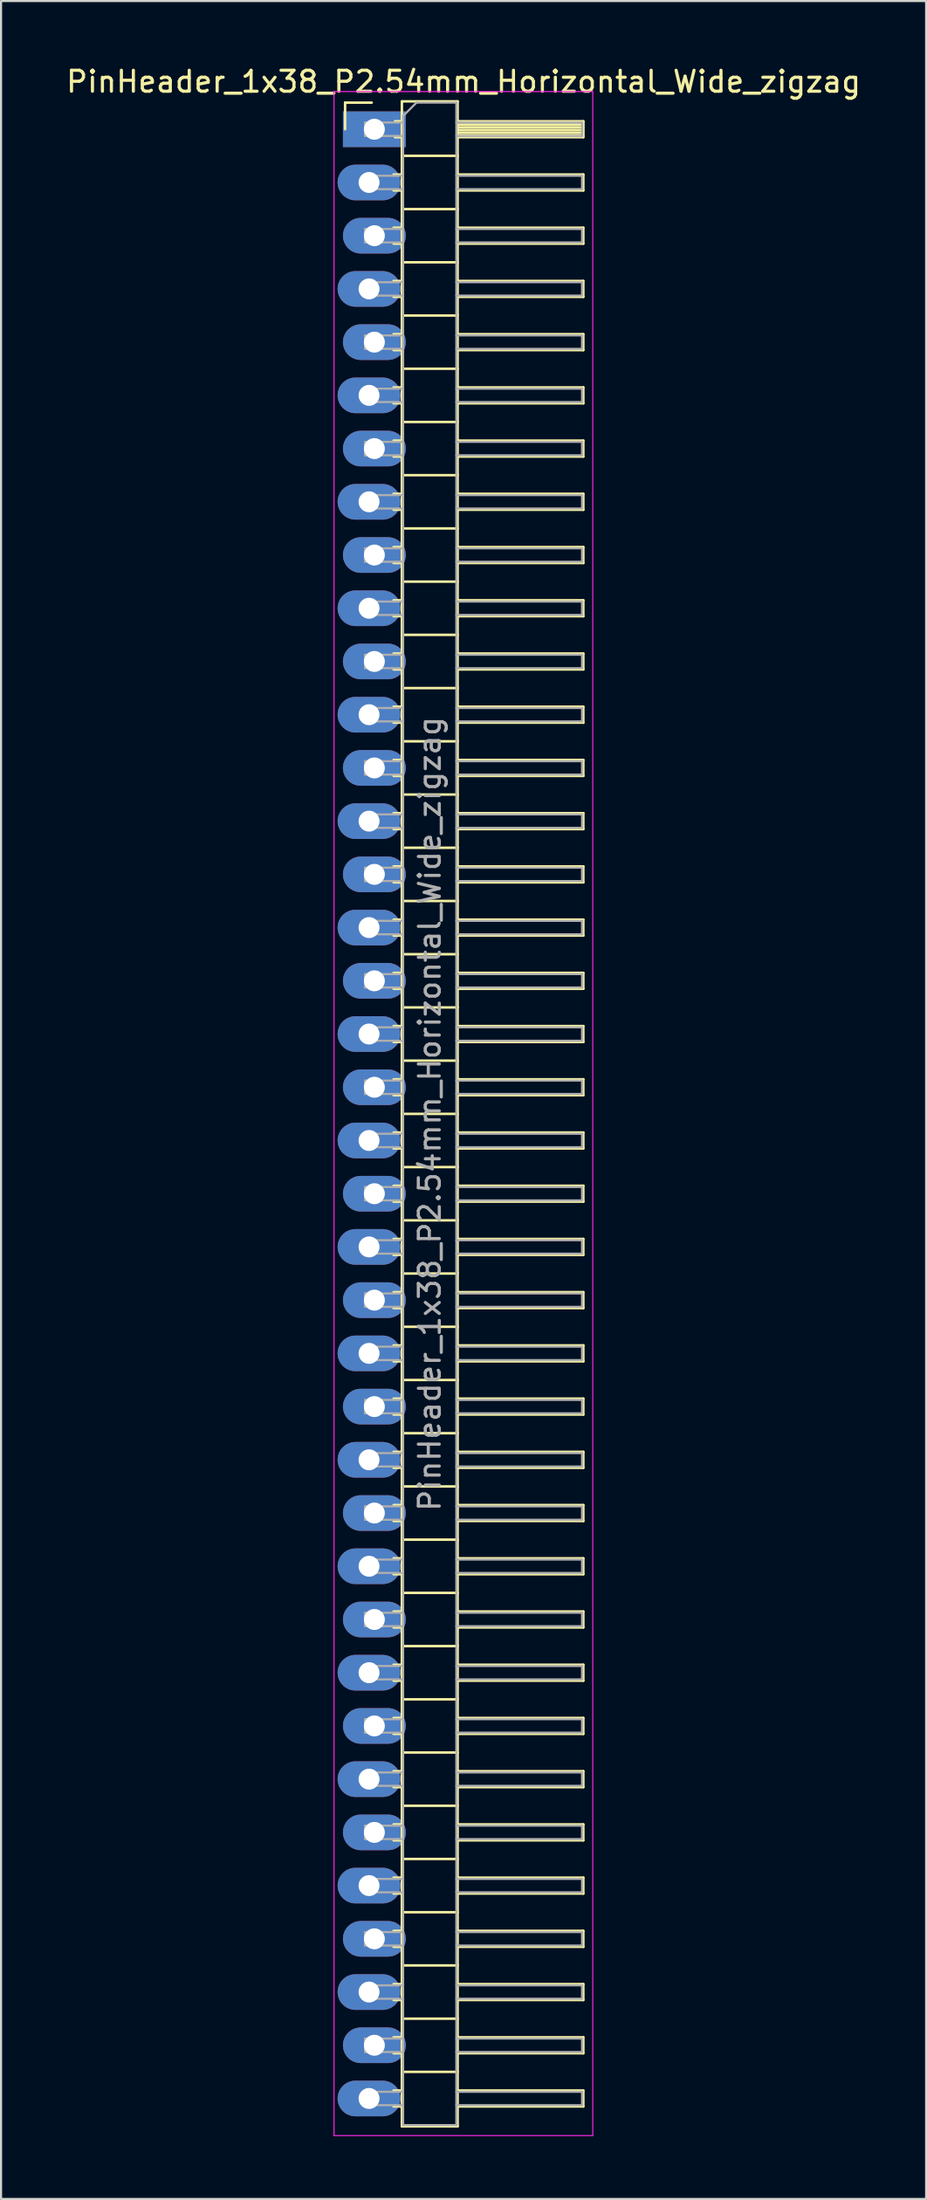
<source format=kicad_pcb>
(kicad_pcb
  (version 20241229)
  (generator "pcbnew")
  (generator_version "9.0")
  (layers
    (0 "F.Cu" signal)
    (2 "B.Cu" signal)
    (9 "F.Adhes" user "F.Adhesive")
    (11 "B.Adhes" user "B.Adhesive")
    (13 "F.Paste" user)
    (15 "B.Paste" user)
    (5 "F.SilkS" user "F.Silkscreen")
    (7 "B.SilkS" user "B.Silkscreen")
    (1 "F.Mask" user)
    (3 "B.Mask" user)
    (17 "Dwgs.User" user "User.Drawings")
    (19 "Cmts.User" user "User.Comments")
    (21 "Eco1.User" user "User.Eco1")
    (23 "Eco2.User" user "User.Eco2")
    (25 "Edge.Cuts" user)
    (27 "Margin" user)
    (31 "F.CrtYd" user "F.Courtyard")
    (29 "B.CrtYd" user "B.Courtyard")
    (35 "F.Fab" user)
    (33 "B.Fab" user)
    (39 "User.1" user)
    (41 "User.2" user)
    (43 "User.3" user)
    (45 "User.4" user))
  (footprint "PinHeader_1x38_P2.54mm_Horizontal_Wide_zigzag"
    (layer "F.Cu")
    (at 14.692 3.118)
    (property "Reference" "PinHeader_1x38_P2.54mm_Horizontal_Wide_zigzag" (at 4.385 -2.27 0) (layer "F.SilkS") (effects (font (size 1 1) (thickness 0.15))))
    (attr through_hole)
    (fp_line (start -1.27 -1.27) (end 0 -1.27) (stroke (width 0.12) (type solid)) (layer "F.SilkS"))
    (fp_line (start -1.27 0) (end -1.27 -1.27) (stroke (width 0.12) (type solid)) (layer "F.SilkS"))
    (fp_line (start 1.043 2.16) (end 1.44 2.16) (stroke (width 0.12) (type solid)) (layer "F.SilkS"))
    (fp_line (start 1.043 2.92) (end 1.44 2.92) (stroke (width 0.12) (type solid)) (layer "F.SilkS"))
    (fp_line (start 1.043 4.7) (end 1.44 4.7) (stroke (width 0.12) (type solid)) (layer "F.SilkS"))
    (fp_line (start 1.043 5.46) (end 1.44 5.46) (stroke (width 0.12) (type solid)) (layer "F.SilkS"))
    (fp_line (start 1.043 7.24) (end 1.44 7.24) (stroke (width 0.12) (type solid)) (layer "F.SilkS"))
    (fp_line (start 1.043 8) (end 1.44 8) (stroke (width 0.12) (type solid)) (layer "F.SilkS"))
    (fp_line (start 1.043 9.78) (end 1.44 9.78) (stroke (width 0.12) (type solid)) (layer "F.SilkS"))
    (fp_line (start 1.043 10.54) (end 1.44 10.54) (stroke (width 0.12) (type solid)) (layer "F.SilkS"))
    (fp_line (start 1.043 12.32) (end 1.44 12.32) (stroke (width 0.12) (type solid)) (layer "F.SilkS"))
    (fp_line (start 1.043 13.08) (end 1.44 13.08) (stroke (width 0.12) (type solid)) (layer "F.SilkS"))
    (fp_line (start 1.043 14.86) (end 1.44 14.86) (stroke (width 0.12) (type solid)) (layer "F.SilkS"))
    (fp_line (start 1.043 15.62) (end 1.44 15.62) (stroke (width 0.12) (type solid)) (layer "F.SilkS"))
    (fp_line (start 1.043 17.4) (end 1.44 17.4) (stroke (width 0.12) (type solid)) (layer "F.SilkS"))
    (fp_line (start 1.043 18.16) (end 1.44 18.16) (stroke (width 0.12) (type solid)) (layer "F.SilkS"))
    (fp_line (start 1.043 19.94) (end 1.44 19.94) (stroke (width 0.12) (type solid)) (layer "F.SilkS"))
    (fp_line (start 1.043 20.7) (end 1.44 20.7) (stroke (width 0.12) (type solid)) (layer "F.SilkS"))
    (fp_line (start 1.043 22.48) (end 1.44 22.48) (stroke (width 0.12) (type solid)) (layer "F.SilkS"))
    (fp_line (start 1.043 23.24) (end 1.44 23.24) (stroke (width 0.12) (type solid)) (layer "F.SilkS"))
    (fp_line (start 1.043 25.02) (end 1.44 25.02) (stroke (width 0.12) (type solid)) (layer "F.SilkS"))
    (fp_line (start 1.043 25.78) (end 1.44 25.78) (stroke (width 0.12) (type solid)) (layer "F.SilkS"))
    (fp_line (start 1.043 27.56) (end 1.44 27.56) (stroke (width 0.12) (type solid)) (layer "F.SilkS"))
    (fp_line (start 1.043 28.32) (end 1.44 28.32) (stroke (width 0.12) (type solid)) (layer "F.SilkS"))
    (fp_line (start 1.043 30.1) (end 1.44 30.1) (stroke (width 0.12) (type solid)) (layer "F.SilkS"))
    (fp_line (start 1.043 30.86) (end 1.44 30.86) (stroke (width 0.12) (type solid)) (layer "F.SilkS"))
    (fp_line (start 1.043 32.64) (end 1.44 32.64) (stroke (width 0.12) (type solid)) (layer "F.SilkS"))
    (fp_line (start 1.043 33.4) (end 1.44 33.4) (stroke (width 0.12) (type solid)) (layer "F.SilkS"))
    (fp_line (start 1.043 35.18) (end 1.44 35.18) (stroke (width 0.12) (type solid)) (layer "F.SilkS"))
    (fp_line (start 1.043 35.94) (end 1.44 35.94) (stroke (width 0.12) (type solid)) (layer "F.SilkS"))
    (fp_line (start 1.043 37.72) (end 1.44 37.72) (stroke (width 0.12) (type solid)) (layer "F.SilkS"))
    (fp_line (start 1.043 38.48) (end 1.44 38.48) (stroke (width 0.12) (type solid)) (layer "F.SilkS"))
    (fp_line (start 1.043 40.26) (end 1.44 40.26) (stroke (width 0.12) (type solid)) (layer "F.SilkS"))
    (fp_line (start 1.043 41.02) (end 1.44 41.02) (stroke (width 0.12) (type solid)) (layer "F.SilkS"))
    (fp_line (start 1.043 42.8) (end 1.44 42.8) (stroke (width 0.12) (type solid)) (layer "F.SilkS"))
    (fp_line (start 1.043 43.56) (end 1.44 43.56) (stroke (width 0.12) (type solid)) (layer "F.SilkS"))
    (fp_line (start 1.043 45.34) (end 1.44 45.34) (stroke (width 0.12) (type solid)) (layer "F.SilkS"))
    (fp_line (start 1.043 46.1) (end 1.44 46.1) (stroke (width 0.12) (type solid)) (layer "F.SilkS"))
    (fp_line (start 1.043 47.88) (end 1.44 47.88) (stroke (width 0.12) (type solid)) (layer "F.SilkS"))
    (fp_line (start 1.043 48.64) (end 1.44 48.64) (stroke (width 0.12) (type solid)) (layer "F.SilkS"))
    (fp_line (start 1.043 50.42) (end 1.44 50.42) (stroke (width 0.12) (type solid)) (layer "F.SilkS"))
    (fp_line (start 1.043 51.18) (end 1.44 51.18) (stroke (width 0.12) (type solid)) (layer "F.SilkS"))
    (fp_line (start 1.043 52.96) (end 1.44 52.96) (stroke (width 0.12) (type solid)) (layer "F.SilkS"))
    (fp_line (start 1.043 53.72) (end 1.44 53.72) (stroke (width 0.12) (type solid)) (layer "F.SilkS"))
    (fp_line (start 1.043 55.5) (end 1.44 55.5) (stroke (width 0.12) (type solid)) (layer "F.SilkS"))
    (fp_line (start 1.043 56.26) (end 1.44 56.26) (stroke (width 0.12) (type solid)) (layer "F.SilkS"))
    (fp_line (start 1.043 58.04) (end 1.44 58.04) (stroke (width 0.12) (type solid)) (layer "F.SilkS"))
    (fp_line (start 1.043 58.8) (end 1.44 58.8) (stroke (width 0.12) (type solid)) (layer "F.SilkS"))
    (fp_line (start 1.043 60.58) (end 1.44 60.58) (stroke (width 0.12) (type solid)) (layer "F.SilkS"))
    (fp_line (start 1.043 61.34) (end 1.44 61.34) (stroke (width 0.12) (type solid)) (layer "F.SilkS"))
    (fp_line (start 1.043 63.12) (end 1.44 63.12) (stroke (width 0.12) (type solid)) (layer "F.SilkS"))
    (fp_line (start 1.043 63.88) (end 1.44 63.88) (stroke (width 0.12) (type solid)) (layer "F.SilkS"))
    (fp_line (start 1.043 65.66) (end 1.44 65.66) (stroke (width 0.12) (type solid)) (layer "F.SilkS"))
    (fp_line (start 1.043 66.42) (end 1.44 66.42) (stroke (width 0.12) (type solid)) (layer "F.SilkS"))
    (fp_line (start 1.043 68.2) (end 1.44 68.2) (stroke (width 0.12) (type solid)) (layer "F.SilkS"))
    (fp_line (start 1.043 68.96) (end 1.44 68.96) (stroke (width 0.12) (type solid)) (layer "F.SilkS"))
    (fp_line (start 1.043 70.74) (end 1.44 70.74) (stroke (width 0.12) (type solid)) (layer "F.SilkS"))
    (fp_line (start 1.043 71.5) (end 1.44 71.5) (stroke (width 0.12) (type solid)) (layer "F.SilkS"))
    (fp_line (start 1.043 73.28) (end 1.44 73.28) (stroke (width 0.12) (type solid)) (layer "F.SilkS"))
    (fp_line (start 1.043 74.04) (end 1.44 74.04) (stroke (width 0.12) (type solid)) (layer "F.SilkS"))
    (fp_line (start 1.043 75.82) (end 1.44 75.82) (stroke (width 0.12) (type solid)) (layer "F.SilkS"))
    (fp_line (start 1.043 76.58) (end 1.44 76.58) (stroke (width 0.12) (type solid)) (layer "F.SilkS"))
    (fp_line (start 1.043 78.36) (end 1.44 78.36) (stroke (width 0.12) (type solid)) (layer "F.SilkS"))
    (fp_line (start 1.043 79.12) (end 1.44 79.12) (stroke (width 0.12) (type solid)) (layer "F.SilkS"))
    (fp_line (start 1.043 80.9) (end 1.44 80.9) (stroke (width 0.12) (type solid)) (layer "F.SilkS"))
    (fp_line (start 1.043 81.66) (end 1.44 81.66) (stroke (width 0.12) (type solid)) (layer "F.SilkS"))
    (fp_line (start 1.043 83.44) (end 1.44 83.44) (stroke (width 0.12) (type solid)) (layer "F.SilkS"))
    (fp_line (start 1.043 84.2) (end 1.44 84.2) (stroke (width 0.12) (type solid)) (layer "F.SilkS"))
    (fp_line (start 1.043 85.98) (end 1.44 85.98) (stroke (width 0.12) (type solid)) (layer "F.SilkS"))
    (fp_line (start 1.043 86.74) (end 1.44 86.74) (stroke (width 0.12) (type solid)) (layer "F.SilkS"))
    (fp_line (start 1.043 88.52) (end 1.44 88.52) (stroke (width 0.12) (type solid)) (layer "F.SilkS"))
    (fp_line (start 1.043 89.28) (end 1.44 89.28) (stroke (width 0.12) (type solid)) (layer "F.SilkS"))
    (fp_line (start 1.043 91.06) (end 1.44 91.06) (stroke (width 0.12) (type solid)) (layer "F.SilkS"))
    (fp_line (start 1.043 91.82) (end 1.44 91.82) (stroke (width 0.12) (type solid)) (layer "F.SilkS"))
    (fp_line (start 1.043 93.6) (end 1.44 93.6) (stroke (width 0.12) (type solid)) (layer "F.SilkS"))
    (fp_line (start 1.043 94.36) (end 1.44 94.36) (stroke (width 0.12) (type solid)) (layer "F.SilkS"))
    (fp_line (start 1.11 -0.38) (end 1.44 -0.38) (stroke (width 0.12) (type solid)) (layer "F.SilkS"))
    (fp_line (start 1.11 0.38) (end 1.44 0.38) (stroke (width 0.12) (type solid)) (layer "F.SilkS"))
    (fp_line (start 1.44 -1.33) (end 1.44 95.31) (stroke (width 0.12) (type solid)) (layer "F.SilkS"))
    (fp_line (start 1.44 1.27) (end 4.1 1.27) (stroke (width 0.12) (type solid)) (layer "F.SilkS"))
    (fp_line (start 1.44 3.81) (end 4.1 3.81) (stroke (width 0.12) (type solid)) (layer "F.SilkS"))
    (fp_line (start 1.44 6.35) (end 4.1 6.35) (stroke (width 0.12) (type solid)) (layer "F.SilkS"))
    (fp_line (start 1.44 8.89) (end 4.1 8.89) (stroke (width 0.12) (type solid)) (layer "F.SilkS"))
    (fp_line (start 1.44 11.43) (end 4.1 11.43) (stroke (width 0.12) (type solid)) (layer "F.SilkS"))
    (fp_line (start 1.44 13.97) (end 4.1 13.97) (stroke (width 0.12) (type solid)) (layer "F.SilkS"))
    (fp_line (start 1.44 16.51) (end 4.1 16.51) (stroke (width 0.12) (type solid)) (layer "F.SilkS"))
    (fp_line (start 1.44 19.05) (end 4.1 19.05) (stroke (width 0.12) (type solid)) (layer "F.SilkS"))
    (fp_line (start 1.44 21.59) (end 4.1 21.59) (stroke (width 0.12) (type solid)) (layer "F.SilkS"))
    (fp_line (start 1.44 24.13) (end 4.1 24.13) (stroke (width 0.12) (type solid)) (layer "F.SilkS"))
    (fp_line (start 1.44 26.67) (end 4.1 26.67) (stroke (width 0.12) (type solid)) (layer "F.SilkS"))
    (fp_line (start 1.44 29.21) (end 4.1 29.21) (stroke (width 0.12) (type solid)) (layer "F.SilkS"))
    (fp_line (start 1.44 31.75) (end 4.1 31.75) (stroke (width 0.12) (type solid)) (layer "F.SilkS"))
    (fp_line (start 1.44 34.29) (end 4.1 34.29) (stroke (width 0.12) (type solid)) (layer "F.SilkS"))
    (fp_line (start 1.44 36.83) (end 4.1 36.83) (stroke (width 0.12) (type solid)) (layer "F.SilkS"))
    (fp_line (start 1.44 39.37) (end 4.1 39.37) (stroke (width 0.12) (type solid)) (layer "F.SilkS"))
    (fp_line (start 1.44 41.91) (end 4.1 41.91) (stroke (width 0.12) (type solid)) (layer "F.SilkS"))
    (fp_line (start 1.44 44.45) (end 4.1 44.45) (stroke (width 0.12) (type solid)) (layer "F.SilkS"))
    (fp_line (start 1.44 46.99) (end 4.1 46.99) (stroke (width 0.12) (type solid)) (layer "F.SilkS"))
    (fp_line (start 1.44 49.53) (end 4.1 49.53) (stroke (width 0.12) (type solid)) (layer "F.SilkS"))
    (fp_line (start 1.44 52.07) (end 4.1 52.07) (stroke (width 0.12) (type solid)) (layer "F.SilkS"))
    (fp_line (start 1.44 54.61) (end 4.1 54.61) (stroke (width 0.12) (type solid)) (layer "F.SilkS"))
    (fp_line (start 1.44 57.15) (end 4.1 57.15) (stroke (width 0.12) (type solid)) (layer "F.SilkS"))
    (fp_line (start 1.44 59.69) (end 4.1 59.69) (stroke (width 0.12) (type solid)) (layer "F.SilkS"))
    (fp_line (start 1.44 62.23) (end 4.1 62.23) (stroke (width 0.12) (type solid)) (layer "F.SilkS"))
    (fp_line (start 1.44 64.77) (end 4.1 64.77) (stroke (width 0.12) (type solid)) (layer "F.SilkS"))
    (fp_line (start 1.44 67.31) (end 4.1 67.31) (stroke (width 0.12) (type solid)) (layer "F.SilkS"))
    (fp_line (start 1.44 69.85) (end 4.1 69.85) (stroke (width 0.12) (type solid)) (layer "F.SilkS"))
    (fp_line (start 1.44 72.39) (end 4.1 72.39) (stroke (width 0.12) (type solid)) (layer "F.SilkS"))
    (fp_line (start 1.44 74.93) (end 4.1 74.93) (stroke (width 0.12) (type solid)) (layer "F.SilkS"))
    (fp_line (start 1.44 77.47) (end 4.1 77.47) (stroke (width 0.12) (type solid)) (layer "F.SilkS"))
    (fp_line (start 1.44 80.01) (end 4.1 80.01) (stroke (width 0.12) (type solid)) (layer "F.SilkS"))
    (fp_line (start 1.44 82.55) (end 4.1 82.55) (stroke (width 0.12) (type solid)) (layer "F.SilkS"))
    (fp_line (start 1.44 85.09) (end 4.1 85.09) (stroke (width 0.12) (type solid)) (layer "F.SilkS"))
    (fp_line (start 1.44 87.63) (end 4.1 87.63) (stroke (width 0.12) (type solid)) (layer "F.SilkS"))
    (fp_line (start 1.44 90.17) (end 4.1 90.17) (stroke (width 0.12) (type solid)) (layer "F.SilkS"))
    (fp_line (start 1.44 92.71) (end 4.1 92.71) (stroke (width 0.12) (type solid)) (layer "F.SilkS"))
    (fp_line (start 1.44 95.31) (end 4.1 95.31) (stroke (width 0.12) (type solid)) (layer "F.SilkS"))
    (fp_line (start 4.1 -1.33) (end 1.44 -1.33) (stroke (width 0.12) (type solid)) (layer "F.SilkS"))
    (fp_line (start 4.1 -0.38) (end 10.1 -0.38) (stroke (width 0.12) (type solid)) (layer "F.SilkS"))
    (fp_line (start 4.1 -0.32) (end 10.1 -0.32) (stroke (width 0.12) (type solid)) (layer "F.SilkS"))
    (fp_line (start 4.1 -0.2) (end 10.1 -0.2) (stroke (width 0.12) (type solid)) (layer "F.SilkS"))
    (fp_line (start 4.1 -0.08) (end 10.1 -0.08) (stroke (width 0.12) (type solid)) (layer "F.SilkS"))
    (fp_line (start 4.1 0.04) (end 10.1 0.04) (stroke (width 0.12) (type solid)) (layer "F.SilkS"))
    (fp_line (start 4.1 0.16) (end 10.1 0.16) (stroke (width 0.12) (type solid)) (layer "F.SilkS"))
    (fp_line (start 4.1 0.28) (end 10.1 0.28) (stroke (width 0.12) (type solid)) (layer "F.SilkS"))
    (fp_line (start 4.1 2.16) (end 10.1 2.16) (stroke (width 0.12) (type solid)) (layer "F.SilkS"))
    (fp_line (start 4.1 4.7) (end 10.1 4.7) (stroke (width 0.12) (type solid)) (layer "F.SilkS"))
    (fp_line (start 4.1 7.24) (end 10.1 7.24) (stroke (width 0.12) (type solid)) (layer "F.SilkS"))
    (fp_line (start 4.1 9.78) (end 10.1 9.78) (stroke (width 0.12) (type solid)) (layer "F.SilkS"))
    (fp_line (start 4.1 12.32) (end 10.1 12.32) (stroke (width 0.12) (type solid)) (layer "F.SilkS"))
    (fp_line (start 4.1 14.86) (end 10.1 14.86) (stroke (width 0.12) (type solid)) (layer "F.SilkS"))
    (fp_line (start 4.1 17.4) (end 10.1 17.4) (stroke (width 0.12) (type solid)) (layer "F.SilkS"))
    (fp_line (start 4.1 19.94) (end 10.1 19.94) (stroke (width 0.12) (type solid)) (layer "F.SilkS"))
    (fp_line (start 4.1 22.48) (end 10.1 22.48) (stroke (width 0.12) (type solid)) (layer "F.SilkS"))
    (fp_line (start 4.1 25.02) (end 10.1 25.02) (stroke (width 0.12) (type solid)) (layer "F.SilkS"))
    (fp_line (start 4.1 27.56) (end 10.1 27.56) (stroke (width 0.12) (type solid)) (layer "F.SilkS"))
    (fp_line (start 4.1 30.1) (end 10.1 30.1) (stroke (width 0.12) (type solid)) (layer "F.SilkS"))
    (fp_line (start 4.1 32.64) (end 10.1 32.64) (stroke (width 0.12) (type solid)) (layer "F.SilkS"))
    (fp_line (start 4.1 35.18) (end 10.1 35.18) (stroke (width 0.12) (type solid)) (layer "F.SilkS"))
    (fp_line (start 4.1 37.72) (end 10.1 37.72) (stroke (width 0.12) (type solid)) (layer "F.SilkS"))
    (fp_line (start 4.1 40.26) (end 10.1 40.26) (stroke (width 0.12) (type solid)) (layer "F.SilkS"))
    (fp_line (start 4.1 42.8) (end 10.1 42.8) (stroke (width 0.12) (type solid)) (layer "F.SilkS"))
    (fp_line (start 4.1 45.34) (end 10.1 45.34) (stroke (width 0.12) (type solid)) (layer "F.SilkS"))
    (fp_line (start 4.1 47.88) (end 10.1 47.88) (stroke (width 0.12) (type solid)) (layer "F.SilkS"))
    (fp_line (start 4.1 50.42) (end 10.1 50.42) (stroke (width 0.12) (type solid)) (layer "F.SilkS"))
    (fp_line (start 4.1 52.96) (end 10.1 52.96) (stroke (width 0.12) (type solid)) (layer "F.SilkS"))
    (fp_line (start 4.1 55.5) (end 10.1 55.5) (stroke (width 0.12) (type solid)) (layer "F.SilkS"))
    (fp_line (start 4.1 58.04) (end 10.1 58.04) (stroke (width 0.12) (type solid)) (layer "F.SilkS"))
    (fp_line (start 4.1 60.58) (end 10.1 60.58) (stroke (width 0.12) (type solid)) (layer "F.SilkS"))
    (fp_line (start 4.1 63.12) (end 10.1 63.12) (stroke (width 0.12) (type solid)) (layer "F.SilkS"))
    (fp_line (start 4.1 65.66) (end 10.1 65.66) (stroke (width 0.12) (type solid)) (layer "F.SilkS"))
    (fp_line (start 4.1 68.2) (end 10.1 68.2) (stroke (width 0.12) (type solid)) (layer "F.SilkS"))
    (fp_line (start 4.1 70.74) (end 10.1 70.74) (stroke (width 0.12) (type solid)) (layer "F.SilkS"))
    (fp_line (start 4.1 73.28) (end 10.1 73.28) (stroke (width 0.12) (type solid)) (layer "F.SilkS"))
    (fp_line (start 4.1 75.82) (end 10.1 75.82) (stroke (width 0.12) (type solid)) (layer "F.SilkS"))
    (fp_line (start 4.1 78.36) (end 10.1 78.36) (stroke (width 0.12) (type solid)) (layer "F.SilkS"))
    (fp_line (start 4.1 80.9) (end 10.1 80.9) (stroke (width 0.12) (type solid)) (layer "F.SilkS"))
    (fp_line (start 4.1 83.44) (end 10.1 83.44) (stroke (width 0.12) (type solid)) (layer "F.SilkS"))
    (fp_line (start 4.1 85.98) (end 10.1 85.98) (stroke (width 0.12) (type solid)) (layer "F.SilkS"))
    (fp_line (start 4.1 88.52) (end 10.1 88.52) (stroke (width 0.12) (type solid)) (layer "F.SilkS"))
    (fp_line (start 4.1 91.06) (end 10.1 91.06) (stroke (width 0.12) (type solid)) (layer "F.SilkS"))
    (fp_line (start 4.1 93.6) (end 10.1 93.6) (stroke (width 0.12) (type solid)) (layer "F.SilkS"))
    (fp_line (start 4.1 95.31) (end 4.1 -1.33) (stroke (width 0.12) (type solid)) (layer "F.SilkS"))
    (fp_line (start 10.1 -0.38) (end 10.1 0.38) (stroke (width 0.12) (type solid)) (layer "F.SilkS"))
    (fp_line (start 10.1 0.38) (end 4.1 0.38) (stroke (width 0.12) (type solid)) (layer "F.SilkS"))
    (fp_line (start 10.1 2.16) (end 10.1 2.92) (stroke (width 0.12) (type solid)) (layer "F.SilkS"))
    (fp_line (start 10.1 2.92) (end 4.1 2.92) (stroke (width 0.12) (type solid)) (layer "F.SilkS"))
    (fp_line (start 10.1 4.7) (end 10.1 5.46) (stroke (width 0.12) (type solid)) (layer "F.SilkS"))
    (fp_line (start 10.1 5.46) (end 4.1 5.46) (stroke (width 0.12) (type solid)) (layer "F.SilkS"))
    (fp_line (start 10.1 7.24) (end 10.1 8) (stroke (width 0.12) (type solid)) (layer "F.SilkS"))
    (fp_line (start 10.1 8) (end 4.1 8) (stroke (width 0.12) (type solid)) (layer "F.SilkS"))
    (fp_line (start 10.1 9.78) (end 10.1 10.54) (stroke (width 0.12) (type solid)) (layer "F.SilkS"))
    (fp_line (start 10.1 10.54) (end 4.1 10.54) (stroke (width 0.12) (type solid)) (layer "F.SilkS"))
    (fp_line (start 10.1 12.32) (end 10.1 13.08) (stroke (width 0.12) (type solid)) (layer "F.SilkS"))
    (fp_line (start 10.1 13.08) (end 4.1 13.08) (stroke (width 0.12) (type solid)) (layer "F.SilkS"))
    (fp_line (start 10.1 14.86) (end 10.1 15.62) (stroke (width 0.12) (type solid)) (layer "F.SilkS"))
    (fp_line (start 10.1 15.62) (end 4.1 15.62) (stroke (width 0.12) (type solid)) (layer "F.SilkS"))
    (fp_line (start 10.1 17.4) (end 10.1 18.16) (stroke (width 0.12) (type solid)) (layer "F.SilkS"))
    (fp_line (start 10.1 18.16) (end 4.1 18.16) (stroke (width 0.12) (type solid)) (layer "F.SilkS"))
    (fp_line (start 10.1 19.94) (end 10.1 20.7) (stroke (width 0.12) (type solid)) (layer "F.SilkS"))
    (fp_line (start 10.1 20.7) (end 4.1 20.7) (stroke (width 0.12) (type solid)) (layer "F.SilkS"))
    (fp_line (start 10.1 22.48) (end 10.1 23.24) (stroke (width 0.12) (type solid)) (layer "F.SilkS"))
    (fp_line (start 10.1 23.24) (end 4.1 23.24) (stroke (width 0.12) (type solid)) (layer "F.SilkS"))
    (fp_line (start 10.1 25.02) (end 10.1 25.78) (stroke (width 0.12) (type solid)) (layer "F.SilkS"))
    (fp_line (start 10.1 25.78) (end 4.1 25.78) (stroke (width 0.12) (type solid)) (layer "F.SilkS"))
    (fp_line (start 10.1 27.56) (end 10.1 28.32) (stroke (width 0.12) (type solid)) (layer "F.SilkS"))
    (fp_line (start 10.1 28.32) (end 4.1 28.32) (stroke (width 0.12) (type solid)) (layer "F.SilkS"))
    (fp_line (start 10.1 30.1) (end 10.1 30.86) (stroke (width 0.12) (type solid)) (layer "F.SilkS"))
    (fp_line (start 10.1 30.86) (end 4.1 30.86) (stroke (width 0.12) (type solid)) (layer "F.SilkS"))
    (fp_line (start 10.1 32.64) (end 10.1 33.4) (stroke (width 0.12) (type solid)) (layer "F.SilkS"))
    (fp_line (start 10.1 33.4) (end 4.1 33.4) (stroke (width 0.12) (type solid)) (layer "F.SilkS"))
    (fp_line (start 10.1 35.18) (end 10.1 35.94) (stroke (width 0.12) (type solid)) (layer "F.SilkS"))
    (fp_line (start 10.1 35.94) (end 4.1 35.94) (stroke (width 0.12) (type solid)) (layer "F.SilkS"))
    (fp_line (start 10.1 37.72) (end 10.1 38.48) (stroke (width 0.12) (type solid)) (layer "F.SilkS"))
    (fp_line (start 10.1 38.48) (end 4.1 38.48) (stroke (width 0.12) (type solid)) (layer "F.SilkS"))
    (fp_line (start 10.1 40.26) (end 10.1 41.02) (stroke (width 0.12) (type solid)) (layer "F.SilkS"))
    (fp_line (start 10.1 41.02) (end 4.1 41.02) (stroke (width 0.12) (type solid)) (layer "F.SilkS"))
    (fp_line (start 10.1 42.8) (end 10.1 43.56) (stroke (width 0.12) (type solid)) (layer "F.SilkS"))
    (fp_line (start 10.1 43.56) (end 4.1 43.56) (stroke (width 0.12) (type solid)) (layer "F.SilkS"))
    (fp_line (start 10.1 45.34) (end 10.1 46.1) (stroke (width 0.12) (type solid)) (layer "F.SilkS"))
    (fp_line (start 10.1 46.1) (end 4.1 46.1) (stroke (width 0.12) (type solid)) (layer "F.SilkS"))
    (fp_line (start 10.1 47.88) (end 10.1 48.64) (stroke (width 0.12) (type solid)) (layer "F.SilkS"))
    (fp_line (start 10.1 48.64) (end 4.1 48.64) (stroke (width 0.12) (type solid)) (layer "F.SilkS"))
    (fp_line (start 10.1 50.42) (end 10.1 51.18) (stroke (width 0.12) (type solid)) (layer "F.SilkS"))
    (fp_line (start 10.1 51.18) (end 4.1 51.18) (stroke (width 0.12) (type solid)) (layer "F.SilkS"))
    (fp_line (start 10.1 52.96) (end 10.1 53.72) (stroke (width 0.12) (type solid)) (layer "F.SilkS"))
    (fp_line (start 10.1 53.72) (end 4.1 53.72) (stroke (width 0.12) (type solid)) (layer "F.SilkS"))
    (fp_line (start 10.1 55.5) (end 10.1 56.26) (stroke (width 0.12) (type solid)) (layer "F.SilkS"))
    (fp_line (start 10.1 56.26) (end 4.1 56.26) (stroke (width 0.12) (type solid)) (layer "F.SilkS"))
    (fp_line (start 10.1 58.04) (end 10.1 58.8) (stroke (width 0.12) (type solid)) (layer "F.SilkS"))
    (fp_line (start 10.1 58.8) (end 4.1 58.8) (stroke (width 0.12) (type solid)) (layer "F.SilkS"))
    (fp_line (start 10.1 60.58) (end 10.1 61.34) (stroke (width 0.12) (type solid)) (layer "F.SilkS"))
    (fp_line (start 10.1 61.34) (end 4.1 61.34) (stroke (width 0.12) (type solid)) (layer "F.SilkS"))
    (fp_line (start 10.1 63.12) (end 10.1 63.88) (stroke (width 0.12) (type solid)) (layer "F.SilkS"))
    (fp_line (start 10.1 63.88) (end 4.1 63.88) (stroke (width 0.12) (type solid)) (layer "F.SilkS"))
    (fp_line (start 10.1 65.66) (end 10.1 66.42) (stroke (width 0.12) (type solid)) (layer "F.SilkS"))
    (fp_line (start 10.1 66.42) (end 4.1 66.42) (stroke (width 0.12) (type solid)) (layer "F.SilkS"))
    (fp_line (start 10.1 68.2) (end 10.1 68.96) (stroke (width 0.12) (type solid)) (layer "F.SilkS"))
    (fp_line (start 10.1 68.96) (end 4.1 68.96) (stroke (width 0.12) (type solid)) (layer "F.SilkS"))
    (fp_line (start 10.1 70.74) (end 10.1 71.5) (stroke (width 0.12) (type solid)) (layer "F.SilkS"))
    (fp_line (start 10.1 71.5) (end 4.1 71.5) (stroke (width 0.12) (type solid)) (layer "F.SilkS"))
    (fp_line (start 10.1 73.28) (end 10.1 74.04) (stroke (width 0.12) (type solid)) (layer "F.SilkS"))
    (fp_line (start 10.1 74.04) (end 4.1 74.04) (stroke (width 0.12) (type solid)) (layer "F.SilkS"))
    (fp_line (start 10.1 75.82) (end 10.1 76.58) (stroke (width 0.12) (type solid)) (layer "F.SilkS"))
    (fp_line (start 10.1 76.58) (end 4.1 76.58) (stroke (width 0.12) (type solid)) (layer "F.SilkS"))
    (fp_line (start 10.1 78.36) (end 10.1 79.12) (stroke (width 0.12) (type solid)) (layer "F.SilkS"))
    (fp_line (start 10.1 79.12) (end 4.1 79.12) (stroke (width 0.12) (type solid)) (layer "F.SilkS"))
    (fp_line (start 10.1 80.9) (end 10.1 81.66) (stroke (width 0.12) (type solid)) (layer "F.SilkS"))
    (fp_line (start 10.1 81.66) (end 4.1 81.66) (stroke (width 0.12) (type solid)) (layer "F.SilkS"))
    (fp_line (start 10.1 83.44) (end 10.1 84.2) (stroke (width 0.12) (type solid)) (layer "F.SilkS"))
    (fp_line (start 10.1 84.2) (end 4.1 84.2) (stroke (width 0.12) (type solid)) (layer "F.SilkS"))
    (fp_line (start 10.1 85.98) (end 10.1 86.74) (stroke (width 0.12) (type solid)) (layer "F.SilkS"))
    (fp_line (start 10.1 86.74) (end 4.1 86.74) (stroke (width 0.12) (type solid)) (layer "F.SilkS"))
    (fp_line (start 10.1 88.52) (end 10.1 89.28) (stroke (width 0.12) (type solid)) (layer "F.SilkS"))
    (fp_line (start 10.1 89.28) (end 4.1 89.28) (stroke (width 0.12) (type solid)) (layer "F.SilkS"))
    (fp_line (start 10.1 91.06) (end 10.1 91.82) (stroke (width 0.12) (type solid)) (layer "F.SilkS"))
    (fp_line (start 10.1 91.82) (end 4.1 91.82) (stroke (width 0.12) (type solid)) (layer "F.SilkS"))
    (fp_line (start 10.1 93.6) (end 10.1 94.36) (stroke (width 0.12) (type solid)) (layer "F.SilkS"))
    (fp_line (start 10.1 94.36) (end 4.1 94.36) (stroke (width 0.12) (type solid)) (layer "F.SilkS"))
    (fp_line (start -1.8 -1.8) (end -1.8 95.75) (stroke (width 0.05) (type solid)) (layer "F.CrtYd"))
    (fp_line (start -1.8 95.75) (end 10.55 95.75) (stroke (width 0.05) (type solid)) (layer "F.CrtYd"))
    (fp_line (start 10.55 -1.8) (end -1.8 -1.8) (stroke (width 0.05) (type solid)) (layer "F.CrtYd"))
    (fp_line (start 10.55 95.75) (end 10.55 -1.8) (stroke (width 0.05) (type solid)) (layer "F.CrtYd"))
    (fp_line (start -0.32 -0.32) (end -0.32 0.32) (stroke (width 0.1) (type solid)) (layer "F.Fab"))
    (fp_line (start -0.32 -0.32) (end 1.5 -0.32) (stroke (width 0.1) (type solid)) (layer "F.Fab"))
    (fp_line (start -0.32 0.32) (end 1.5 0.32) (stroke (width 0.1) (type solid)) (layer "F.Fab"))
    (fp_line (start -0.32 2.22) (end -0.32 2.86) (stroke (width 0.1) (type solid)) (layer "F.Fab"))
    (fp_line (start -0.32 2.22) (end 1.5 2.22) (stroke (width 0.1) (type solid)) (layer "F.Fab"))
    (fp_line (start -0.32 2.86) (end 1.5 2.86) (stroke (width 0.1) (type solid)) (layer "F.Fab"))
    (fp_line (start -0.32 4.76) (end -0.32 5.4) (stroke (width 0.1) (type solid)) (layer "F.Fab"))
    (fp_line (start -0.32 4.76) (end 1.5 4.76) (stroke (width 0.1) (type solid)) (layer "F.Fab"))
    (fp_line (start -0.32 5.4) (end 1.5 5.4) (stroke (width 0.1) (type solid)) (layer "F.Fab"))
    (fp_line (start -0.32 7.3) (end -0.32 7.94) (stroke (width 0.1) (type solid)) (layer "F.Fab"))
    (fp_line (start -0.32 7.3) (end 1.5 7.3) (stroke (width 0.1) (type solid)) (layer "F.Fab"))
    (fp_line (start -0.32 7.94) (end 1.5 7.94) (stroke (width 0.1) (type solid)) (layer "F.Fab"))
    (fp_line (start -0.32 9.84) (end -0.32 10.48) (stroke (width 0.1) (type solid)) (layer "F.Fab"))
    (fp_line (start -0.32 9.84) (end 1.5 9.84) (stroke (width 0.1) (type solid)) (layer "F.Fab"))
    (fp_line (start -0.32 10.48) (end 1.5 10.48) (stroke (width 0.1) (type solid)) (layer "F.Fab"))
    (fp_line (start -0.32 12.38) (end -0.32 13.02) (stroke (width 0.1) (type solid)) (layer "F.Fab"))
    (fp_line (start -0.32 12.38) (end 1.5 12.38) (stroke (width 0.1) (type solid)) (layer "F.Fab"))
    (fp_line (start -0.32 13.02) (end 1.5 13.02) (stroke (width 0.1) (type solid)) (layer "F.Fab"))
    (fp_line (start -0.32 14.92) (end -0.32 15.56) (stroke (width 0.1) (type solid)) (layer "F.Fab"))
    (fp_line (start -0.32 14.92) (end 1.5 14.92) (stroke (width 0.1) (type solid)) (layer "F.Fab"))
    (fp_line (start -0.32 15.56) (end 1.5 15.56) (stroke (width 0.1) (type solid)) (layer "F.Fab"))
    (fp_line (start -0.32 17.46) (end -0.32 18.1) (stroke (width 0.1) (type solid)) (layer "F.Fab"))
    (fp_line (start -0.32 17.46) (end 1.5 17.46) (stroke (width 0.1) (type solid)) (layer "F.Fab"))
    (fp_line (start -0.32 18.1) (end 1.5 18.1) (stroke (width 0.1) (type solid)) (layer "F.Fab"))
    (fp_line (start -0.32 20) (end -0.32 20.64) (stroke (width 0.1) (type solid)) (layer "F.Fab"))
    (fp_line (start -0.32 20) (end 1.5 20) (stroke (width 0.1) (type solid)) (layer "F.Fab"))
    (fp_line (start -0.32 20.64) (end 1.5 20.64) (stroke (width 0.1) (type solid)) (layer "F.Fab"))
    (fp_line (start -0.32 22.54) (end -0.32 23.18) (stroke (width 0.1) (type solid)) (layer "F.Fab"))
    (fp_line (start -0.32 22.54) (end 1.5 22.54) (stroke (width 0.1) (type solid)) (layer "F.Fab"))
    (fp_line (start -0.32 23.18) (end 1.5 23.18) (stroke (width 0.1) (type solid)) (layer "F.Fab"))
    (fp_line (start -0.32 25.08) (end -0.32 25.72) (stroke (width 0.1) (type solid)) (layer "F.Fab"))
    (fp_line (start -0.32 25.08) (end 1.5 25.08) (stroke (width 0.1) (type solid)) (layer "F.Fab"))
    (fp_line (start -0.32 25.72) (end 1.5 25.72) (stroke (width 0.1) (type solid)) (layer "F.Fab"))
    (fp_line (start -0.32 27.62) (end -0.32 28.26) (stroke (width 0.1) (type solid)) (layer "F.Fab"))
    (fp_line (start -0.32 27.62) (end 1.5 27.62) (stroke (width 0.1) (type solid)) (layer "F.Fab"))
    (fp_line (start -0.32 28.26) (end 1.5 28.26) (stroke (width 0.1) (type solid)) (layer "F.Fab"))
    (fp_line (start -0.32 30.16) (end -0.32 30.8) (stroke (width 0.1) (type solid)) (layer "F.Fab"))
    (fp_line (start -0.32 30.16) (end 1.5 30.16) (stroke (width 0.1) (type solid)) (layer "F.Fab"))
    (fp_line (start -0.32 30.8) (end 1.5 30.8) (stroke (width 0.1) (type solid)) (layer "F.Fab"))
    (fp_line (start -0.32 32.7) (end -0.32 33.34) (stroke (width 0.1) (type solid)) (layer "F.Fab"))
    (fp_line (start -0.32 32.7) (end 1.5 32.7) (stroke (width 0.1) (type solid)) (layer "F.Fab"))
    (fp_line (start -0.32 33.34) (end 1.5 33.34) (stroke (width 0.1) (type solid)) (layer "F.Fab"))
    (fp_line (start -0.32 35.24) (end -0.32 35.88) (stroke (width 0.1) (type solid)) (layer "F.Fab"))
    (fp_line (start -0.32 35.24) (end 1.5 35.24) (stroke (width 0.1) (type solid)) (layer "F.Fab"))
    (fp_line (start -0.32 35.88) (end 1.5 35.88) (stroke (width 0.1) (type solid)) (layer "F.Fab"))
    (fp_line (start -0.32 37.78) (end -0.32 38.42) (stroke (width 0.1) (type solid)) (layer "F.Fab"))
    (fp_line (start -0.32 37.78) (end 1.5 37.78) (stroke (width 0.1) (type solid)) (layer "F.Fab"))
    (fp_line (start -0.32 38.42) (end 1.5 38.42) (stroke (width 0.1) (type solid)) (layer "F.Fab"))
    (fp_line (start -0.32 40.32) (end -0.32 40.96) (stroke (width 0.1) (type solid)) (layer "F.Fab"))
    (fp_line (start -0.32 40.32) (end 1.5 40.32) (stroke (width 0.1) (type solid)) (layer "F.Fab"))
    (fp_line (start -0.32 40.96) (end 1.5 40.96) (stroke (width 0.1) (type solid)) (layer "F.Fab"))
    (fp_line (start -0.32 42.86) (end -0.32 43.5) (stroke (width 0.1) (type solid)) (layer "F.Fab"))
    (fp_line (start -0.32 42.86) (end 1.5 42.86) (stroke (width 0.1) (type solid)) (layer "F.Fab"))
    (fp_line (start -0.32 43.5) (end 1.5 43.5) (stroke (width 0.1) (type solid)) (layer "F.Fab"))
    (fp_line (start -0.32 45.4) (end -0.32 46.04) (stroke (width 0.1) (type solid)) (layer "F.Fab"))
    (fp_line (start -0.32 45.4) (end 1.5 45.4) (stroke (width 0.1) (type solid)) (layer "F.Fab"))
    (fp_line (start -0.32 46.04) (end 1.5 46.04) (stroke (width 0.1) (type solid)) (layer "F.Fab"))
    (fp_line (start -0.32 47.94) (end -0.32 48.58) (stroke (width 0.1) (type solid)) (layer "F.Fab"))
    (fp_line (start -0.32 47.94) (end 1.5 47.94) (stroke (width 0.1) (type solid)) (layer "F.Fab"))
    (fp_line (start -0.32 48.58) (end 1.5 48.58) (stroke (width 0.1) (type solid)) (layer "F.Fab"))
    (fp_line (start -0.32 50.48) (end -0.32 51.12) (stroke (width 0.1) (type solid)) (layer "F.Fab"))
    (fp_line (start -0.32 50.48) (end 1.5 50.48) (stroke (width 0.1) (type solid)) (layer "F.Fab"))
    (fp_line (start -0.32 51.12) (end 1.5 51.12) (stroke (width 0.1) (type solid)) (layer "F.Fab"))
    (fp_line (start -0.32 53.02) (end -0.32 53.66) (stroke (width 0.1) (type solid)) (layer "F.Fab"))
    (fp_line (start -0.32 53.02) (end 1.5 53.02) (stroke (width 0.1) (type solid)) (layer "F.Fab"))
    (fp_line (start -0.32 53.66) (end 1.5 53.66) (stroke (width 0.1) (type solid)) (layer "F.Fab"))
    (fp_line (start -0.32 55.56) (end -0.32 56.2) (stroke (width 0.1) (type solid)) (layer "F.Fab"))
    (fp_line (start -0.32 55.56) (end 1.5 55.56) (stroke (width 0.1) (type solid)) (layer "F.Fab"))
    (fp_line (start -0.32 56.2) (end 1.5 56.2) (stroke (width 0.1) (type solid)) (layer "F.Fab"))
    (fp_line (start -0.32 58.1) (end -0.32 58.74) (stroke (width 0.1) (type solid)) (layer "F.Fab"))
    (fp_line (start -0.32 58.1) (end 1.5 58.1) (stroke (width 0.1) (type solid)) (layer "F.Fab"))
    (fp_line (start -0.32 58.74) (end 1.5 58.74) (stroke (width 0.1) (type solid)) (layer "F.Fab"))
    (fp_line (start -0.32 60.64) (end -0.32 61.28) (stroke (width 0.1) (type solid)) (layer "F.Fab"))
    (fp_line (start -0.32 60.64) (end 1.5 60.64) (stroke (width 0.1) (type solid)) (layer "F.Fab"))
    (fp_line (start -0.32 61.28) (end 1.5 61.28) (stroke (width 0.1) (type solid)) (layer "F.Fab"))
    (fp_line (start -0.32 63.18) (end -0.32 63.82) (stroke (width 0.1) (type solid)) (layer "F.Fab"))
    (fp_line (start -0.32 63.18) (end 1.5 63.18) (stroke (width 0.1) (type solid)) (layer "F.Fab"))
    (fp_line (start -0.32 63.82) (end 1.5 63.82) (stroke (width 0.1) (type solid)) (layer "F.Fab"))
    (fp_line (start -0.32 65.72) (end -0.32 66.36) (stroke (width 0.1) (type solid)) (layer "F.Fab"))
    (fp_line (start -0.32 65.72) (end 1.5 65.72) (stroke (width 0.1) (type solid)) (layer "F.Fab"))
    (fp_line (start -0.32 66.36) (end 1.5 66.36) (stroke (width 0.1) (type solid)) (layer "F.Fab"))
    (fp_line (start -0.32 68.26) (end -0.32 68.9) (stroke (width 0.1) (type solid)) (layer "F.Fab"))
    (fp_line (start -0.32 68.26) (end 1.5 68.26) (stroke (width 0.1) (type solid)) (layer "F.Fab"))
    (fp_line (start -0.32 68.9) (end 1.5 68.9) (stroke (width 0.1) (type solid)) (layer "F.Fab"))
    (fp_line (start -0.32 70.8) (end -0.32 71.44) (stroke (width 0.1) (type solid)) (layer "F.Fab"))
    (fp_line (start -0.32 70.8) (end 1.5 70.8) (stroke (width 0.1) (type solid)) (layer "F.Fab"))
    (fp_line (start -0.32 71.44) (end 1.5 71.44) (stroke (width 0.1) (type solid)) (layer "F.Fab"))
    (fp_line (start -0.32 73.34) (end -0.32 73.98) (stroke (width 0.1) (type solid)) (layer "F.Fab"))
    (fp_line (start -0.32 73.34) (end 1.5 73.34) (stroke (width 0.1) (type solid)) (layer "F.Fab"))
    (fp_line (start -0.32 73.98) (end 1.5 73.98) (stroke (width 0.1) (type solid)) (layer "F.Fab"))
    (fp_line (start -0.32 75.88) (end -0.32 76.52) (stroke (width 0.1) (type solid)) (layer "F.Fab"))
    (fp_line (start -0.32 75.88) (end 1.5 75.88) (stroke (width 0.1) (type solid)) (layer "F.Fab"))
    (fp_line (start -0.32 76.52) (end 1.5 76.52) (stroke (width 0.1) (type solid)) (layer "F.Fab"))
    (fp_line (start -0.32 78.42) (end -0.32 79.06) (stroke (width 0.1) (type solid)) (layer "F.Fab"))
    (fp_line (start -0.32 78.42) (end 1.5 78.42) (stroke (width 0.1) (type solid)) (layer "F.Fab"))
    (fp_line (start -0.32 79.06) (end 1.5 79.06) (stroke (width 0.1) (type solid)) (layer "F.Fab"))
    (fp_line (start -0.32 80.96) (end -0.32 81.6) (stroke (width 0.1) (type solid)) (layer "F.Fab"))
    (fp_line (start -0.32 80.96) (end 1.5 80.96) (stroke (width 0.1) (type solid)) (layer "F.Fab"))
    (fp_line (start -0.32 81.6) (end 1.5 81.6) (stroke (width 0.1) (type solid)) (layer "F.Fab"))
    (fp_line (start -0.32 83.5) (end -0.32 84.14) (stroke (width 0.1) (type solid)) (layer "F.Fab"))
    (fp_line (start -0.32 83.5) (end 1.5 83.5) (stroke (width 0.1) (type solid)) (layer "F.Fab"))
    (fp_line (start -0.32 84.14) (end 1.5 84.14) (stroke (width 0.1) (type solid)) (layer "F.Fab"))
    (fp_line (start -0.32 86.04) (end -0.32 86.68) (stroke (width 0.1) (type solid)) (layer "F.Fab"))
    (fp_line (start -0.32 86.04) (end 1.5 86.04) (stroke (width 0.1) (type solid)) (layer "F.Fab"))
    (fp_line (start -0.32 86.68) (end 1.5 86.68) (stroke (width 0.1) (type solid)) (layer "F.Fab"))
    (fp_line (start -0.32 88.58) (end -0.32 89.22) (stroke (width 0.1) (type solid)) (layer "F.Fab"))
    (fp_line (start -0.32 88.58) (end 1.5 88.58) (stroke (width 0.1) (type solid)) (layer "F.Fab"))
    (fp_line (start -0.32 89.22) (end 1.5 89.22) (stroke (width 0.1) (type solid)) (layer "F.Fab"))
    (fp_line (start -0.32 91.12) (end -0.32 91.76) (stroke (width 0.1) (type solid)) (layer "F.Fab"))
    (fp_line (start -0.32 91.12) (end 1.5 91.12) (stroke (width 0.1) (type solid)) (layer "F.Fab"))
    (fp_line (start -0.32 91.76) (end 1.5 91.76) (stroke (width 0.1) (type solid)) (layer "F.Fab"))
    (fp_line (start -0.32 93.66) (end -0.32 94.3) (stroke (width 0.1) (type solid)) (layer "F.Fab"))
    (fp_line (start -0.32 93.66) (end 1.5 93.66) (stroke (width 0.1) (type solid)) (layer "F.Fab"))
    (fp_line (start -0.32 94.3) (end 1.5 94.3) (stroke (width 0.1) (type solid)) (layer "F.Fab"))
    (fp_line (start 1.5 -0.635) (end 2.135 -1.27) (stroke (width 0.1) (type solid)) (layer "F.Fab"))
    (fp_line (start 1.5 95.25) (end 1.5 -0.635) (stroke (width 0.1) (type solid)) (layer "F.Fab"))
    (fp_line (start 2.135 -1.27) (end 4.04 -1.27) (stroke (width 0.1) (type solid)) (layer "F.Fab"))
    (fp_line (start 4.04 -1.27) (end 4.04 95.25) (stroke (width 0.1) (type solid)) (layer "F.Fab"))
    (fp_line (start 4.04 -0.32) (end 10.04 -0.32) (stroke (width 0.1) (type solid)) (layer "F.Fab"))
    (fp_line (start 4.04 0.32) (end 10.04 0.32) (stroke (width 0.1) (type solid)) (layer "F.Fab"))
    (fp_line (start 4.04 2.22) (end 10.04 2.22) (stroke (width 0.1) (type solid)) (layer "F.Fab"))
    (fp_line (start 4.04 2.86) (end 10.04 2.86) (stroke (width 0.1) (type solid)) (layer "F.Fab"))
    (fp_line (start 4.04 4.76) (end 10.04 4.76) (stroke (width 0.1) (type solid)) (layer "F.Fab"))
    (fp_line (start 4.04 5.4) (end 10.04 5.4) (stroke (width 0.1) (type solid)) (layer "F.Fab"))
    (fp_line (start 4.04 7.3) (end 10.04 7.3) (stroke (width 0.1) (type solid)) (layer "F.Fab"))
    (fp_line (start 4.04 7.94) (end 10.04 7.94) (stroke (width 0.1) (type solid)) (layer "F.Fab"))
    (fp_line (start 4.04 9.84) (end 10.04 9.84) (stroke (width 0.1) (type solid)) (layer "F.Fab"))
    (fp_line (start 4.04 10.48) (end 10.04 10.48) (stroke (width 0.1) (type solid)) (layer "F.Fab"))
    (fp_line (start 4.04 12.38) (end 10.04 12.38) (stroke (width 0.1) (type solid)) (layer "F.Fab"))
    (fp_line (start 4.04 13.02) (end 10.04 13.02) (stroke (width 0.1) (type solid)) (layer "F.Fab"))
    (fp_line (start 4.04 14.92) (end 10.04 14.92) (stroke (width 0.1) (type solid)) (layer "F.Fab"))
    (fp_line (start 4.04 15.56) (end 10.04 15.56) (stroke (width 0.1) (type solid)) (layer "F.Fab"))
    (fp_line (start 4.04 17.46) (end 10.04 17.46) (stroke (width 0.1) (type solid)) (layer "F.Fab"))
    (fp_line (start 4.04 18.1) (end 10.04 18.1) (stroke (width 0.1) (type solid)) (layer "F.Fab"))
    (fp_line (start 4.04 20) (end 10.04 20) (stroke (width 0.1) (type solid)) (layer "F.Fab"))
    (fp_line (start 4.04 20.64) (end 10.04 20.64) (stroke (width 0.1) (type solid)) (layer "F.Fab"))
    (fp_line (start 4.04 22.54) (end 10.04 22.54) (stroke (width 0.1) (type solid)) (layer "F.Fab"))
    (fp_line (start 4.04 23.18) (end 10.04 23.18) (stroke (width 0.1) (type solid)) (layer "F.Fab"))
    (fp_line (start 4.04 25.08) (end 10.04 25.08) (stroke (width 0.1) (type solid)) (layer "F.Fab"))
    (fp_line (start 4.04 25.72) (end 10.04 25.72) (stroke (width 0.1) (type solid)) (layer "F.Fab"))
    (fp_line (start 4.04 27.62) (end 10.04 27.62) (stroke (width 0.1) (type solid)) (layer "F.Fab"))
    (fp_line (start 4.04 28.26) (end 10.04 28.26) (stroke (width 0.1) (type solid)) (layer "F.Fab"))
    (fp_line (start 4.04 30.16) (end 10.04 30.16) (stroke (width 0.1) (type solid)) (layer "F.Fab"))
    (fp_line (start 4.04 30.8) (end 10.04 30.8) (stroke (width 0.1) (type solid)) (layer "F.Fab"))
    (fp_line (start 4.04 32.7) (end 10.04 32.7) (stroke (width 0.1) (type solid)) (layer "F.Fab"))
    (fp_line (start 4.04 33.34) (end 10.04 33.34) (stroke (width 0.1) (type solid)) (layer "F.Fab"))
    (fp_line (start 4.04 35.24) (end 10.04 35.24) (stroke (width 0.1) (type solid)) (layer "F.Fab"))
    (fp_line (start 4.04 35.88) (end 10.04 35.88) (stroke (width 0.1) (type solid)) (layer "F.Fab"))
    (fp_line (start 4.04 37.78) (end 10.04 37.78) (stroke (width 0.1) (type solid)) (layer "F.Fab"))
    (fp_line (start 4.04 38.42) (end 10.04 38.42) (stroke (width 0.1) (type solid)) (layer "F.Fab"))
    (fp_line (start 4.04 40.32) (end 10.04 40.32) (stroke (width 0.1) (type solid)) (layer "F.Fab"))
    (fp_line (start 4.04 40.96) (end 10.04 40.96) (stroke (width 0.1) (type solid)) (layer "F.Fab"))
    (fp_line (start 4.04 42.86) (end 10.04 42.86) (stroke (width 0.1) (type solid)) (layer "F.Fab"))
    (fp_line (start 4.04 43.5) (end 10.04 43.5) (stroke (width 0.1) (type solid)) (layer "F.Fab"))
    (fp_line (start 4.04 45.4) (end 10.04 45.4) (stroke (width 0.1) (type solid)) (layer "F.Fab"))
    (fp_line (start 4.04 46.04) (end 10.04 46.04) (stroke (width 0.1) (type solid)) (layer "F.Fab"))
    (fp_line (start 4.04 47.94) (end 10.04 47.94) (stroke (width 0.1) (type solid)) (layer "F.Fab"))
    (fp_line (start 4.04 48.58) (end 10.04 48.58) (stroke (width 0.1) (type solid)) (layer "F.Fab"))
    (fp_line (start 4.04 50.48) (end 10.04 50.48) (stroke (width 0.1) (type solid)) (layer "F.Fab"))
    (fp_line (start 4.04 51.12) (end 10.04 51.12) (stroke (width 0.1) (type solid)) (layer "F.Fab"))
    (fp_line (start 4.04 53.02) (end 10.04 53.02) (stroke (width 0.1) (type solid)) (layer "F.Fab"))
    (fp_line (start 4.04 53.66) (end 10.04 53.66) (stroke (width 0.1) (type solid)) (layer "F.Fab"))
    (fp_line (start 4.04 55.56) (end 10.04 55.56) (stroke (width 0.1) (type solid)) (layer "F.Fab"))
    (fp_line (start 4.04 56.2) (end 10.04 56.2) (stroke (width 0.1) (type solid)) (layer "F.Fab"))
    (fp_line (start 4.04 58.1) (end 10.04 58.1) (stroke (width 0.1) (type solid)) (layer "F.Fab"))
    (fp_line (start 4.04 58.74) (end 10.04 58.74) (stroke (width 0.1) (type solid)) (layer "F.Fab"))
    (fp_line (start 4.04 60.64) (end 10.04 60.64) (stroke (width 0.1) (type solid)) (layer "F.Fab"))
    (fp_line (start 4.04 61.28) (end 10.04 61.28) (stroke (width 0.1) (type solid)) (layer "F.Fab"))
    (fp_line (start 4.04 63.18) (end 10.04 63.18) (stroke (width 0.1) (type solid)) (layer "F.Fab"))
    (fp_line (start 4.04 63.82) (end 10.04 63.82) (stroke (width 0.1) (type solid)) (layer "F.Fab"))
    (fp_line (start 4.04 65.72) (end 10.04 65.72) (stroke (width 0.1) (type solid)) (layer "F.Fab"))
    (fp_line (start 4.04 66.36) (end 10.04 66.36) (stroke (width 0.1) (type solid)) (layer "F.Fab"))
    (fp_line (start 4.04 68.26) (end 10.04 68.26) (stroke (width 0.1) (type solid)) (layer "F.Fab"))
    (fp_line (start 4.04 68.9) (end 10.04 68.9) (stroke (width 0.1) (type solid)) (layer "F.Fab"))
    (fp_line (start 4.04 70.8) (end 10.04 70.8) (stroke (width 0.1) (type solid)) (layer "F.Fab"))
    (fp_line (start 4.04 71.44) (end 10.04 71.44) (stroke (width 0.1) (type solid)) (layer "F.Fab"))
    (fp_line (start 4.04 73.34) (end 10.04 73.34) (stroke (width 0.1) (type solid)) (layer "F.Fab"))
    (fp_line (start 4.04 73.98) (end 10.04 73.98) (stroke (width 0.1) (type solid)) (layer "F.Fab"))
    (fp_line (start 4.04 75.88) (end 10.04 75.88) (stroke (width 0.1) (type solid)) (layer "F.Fab"))
    (fp_line (start 4.04 76.52) (end 10.04 76.52) (stroke (width 0.1) (type solid)) (layer "F.Fab"))
    (fp_line (start 4.04 78.42) (end 10.04 78.42) (stroke (width 0.1) (type solid)) (layer "F.Fab"))
    (fp_line (start 4.04 79.06) (end 10.04 79.06) (stroke (width 0.1) (type solid)) (layer "F.Fab"))
    (fp_line (start 4.04 80.96) (end 10.04 80.96) (stroke (width 0.1) (type solid)) (layer "F.Fab"))
    (fp_line (start 4.04 81.6) (end 10.04 81.6) (stroke (width 0.1) (type solid)) (layer "F.Fab"))
    (fp_line (start 4.04 83.5) (end 10.04 83.5) (stroke (width 0.1) (type solid)) (layer "F.Fab"))
    (fp_line (start 4.04 84.14) (end 10.04 84.14) (stroke (width 0.1) (type solid)) (layer "F.Fab"))
    (fp_line (start 4.04 86.04) (end 10.04 86.04) (stroke (width 0.1) (type solid)) (layer "F.Fab"))
    (fp_line (start 4.04 86.68) (end 10.04 86.68) (stroke (width 0.1) (type solid)) (layer "F.Fab"))
    (fp_line (start 4.04 88.58) (end 10.04 88.58) (stroke (width 0.1) (type solid)) (layer "F.Fab"))
    (fp_line (start 4.04 89.22) (end 10.04 89.22) (stroke (width 0.1) (type solid)) (layer "F.Fab"))
    (fp_line (start 4.04 91.12) (end 10.04 91.12) (stroke (width 0.1) (type solid)) (layer "F.Fab"))
    (fp_line (start 4.04 91.76) (end 10.04 91.76) (stroke (width 0.1) (type solid)) (layer "F.Fab"))
    (fp_line (start 4.04 93.66) (end 10.04 93.66) (stroke (width 0.1) (type solid)) (layer "F.Fab"))
    (fp_line (start 4.04 94.3) (end 10.04 94.3) (stroke (width 0.1) (type solid)) (layer "F.Fab"))
    (fp_line (start 4.04 95.25) (end 1.5 95.25) (stroke (width 0.1) (type solid)) (layer "F.Fab"))
    (fp_line (start 10.04 -0.32) (end 10.04 0.32) (stroke (width 0.1) (type solid)) (layer "F.Fab"))
    (fp_line (start 10.04 2.22) (end 10.04 2.86) (stroke (width 0.1) (type solid)) (layer "F.Fab"))
    (fp_line (start 10.04 4.76) (end 10.04 5.4) (stroke (width 0.1) (type solid)) (layer "F.Fab"))
    (fp_line (start 10.04 7.3) (end 10.04 7.94) (stroke (width 0.1) (type solid)) (layer "F.Fab"))
    (fp_line (start 10.04 9.84) (end 10.04 10.48) (stroke (width 0.1) (type solid)) (layer "F.Fab"))
    (fp_line (start 10.04 12.38) (end 10.04 13.02) (stroke (width 0.1) (type solid)) (layer "F.Fab"))
    (fp_line (start 10.04 14.92) (end 10.04 15.56) (stroke (width 0.1) (type solid)) (layer "F.Fab"))
    (fp_line (start 10.04 17.46) (end 10.04 18.1) (stroke (width 0.1) (type solid)) (layer "F.Fab"))
    (fp_line (start 10.04 20) (end 10.04 20.64) (stroke (width 0.1) (type solid)) (layer "F.Fab"))
    (fp_line (start 10.04 22.54) (end 10.04 23.18) (stroke (width 0.1) (type solid)) (layer "F.Fab"))
    (fp_line (start 10.04 25.08) (end 10.04 25.72) (stroke (width 0.1) (type solid)) (layer "F.Fab"))
    (fp_line (start 10.04 27.62) (end 10.04 28.26) (stroke (width 0.1) (type solid)) (layer "F.Fab"))
    (fp_line (start 10.04 30.16) (end 10.04 30.8) (stroke (width 0.1) (type solid)) (layer "F.Fab"))
    (fp_line (start 10.04 32.7) (end 10.04 33.34) (stroke (width 0.1) (type solid)) (layer "F.Fab"))
    (fp_line (start 10.04 35.24) (end 10.04 35.88) (stroke (width 0.1) (type solid)) (layer "F.Fab"))
    (fp_line (start 10.04 37.78) (end 10.04 38.42) (stroke (width 0.1) (type solid)) (layer "F.Fab"))
    (fp_line (start 10.04 40.32) (end 10.04 40.96) (stroke (width 0.1) (type solid)) (layer "F.Fab"))
    (fp_line (start 10.04 42.86) (end 10.04 43.5) (stroke (width 0.1) (type solid)) (layer "F.Fab"))
    (fp_line (start 10.04 45.4) (end 10.04 46.04) (stroke (width 0.1) (type solid)) (layer "F.Fab"))
    (fp_line (start 10.04 47.94) (end 10.04 48.58) (stroke (width 0.1) (type solid)) (layer "F.Fab"))
    (fp_line (start 10.04 50.48) (end 10.04 51.12) (stroke (width 0.1) (type solid)) (layer "F.Fab"))
    (fp_line (start 10.04 53.02) (end 10.04 53.66) (stroke (width 0.1) (type solid)) (layer "F.Fab"))
    (fp_line (start 10.04 55.56) (end 10.04 56.2) (stroke (width 0.1) (type solid)) (layer "F.Fab"))
    (fp_line (start 10.04 58.1) (end 10.04 58.74) (stroke (width 0.1) (type solid)) (layer "F.Fab"))
    (fp_line (start 10.04 60.64) (end 10.04 61.28) (stroke (width 0.1) (type solid)) (layer "F.Fab"))
    (fp_line (start 10.04 63.18) (end 10.04 63.82) (stroke (width 0.1) (type solid)) (layer "F.Fab"))
    (fp_line (start 10.04 65.72) (end 10.04 66.36) (stroke (width 0.1) (type solid)) (layer "F.Fab"))
    (fp_line (start 10.04 68.26) (end 10.04 68.9) (stroke (width 0.1) (type solid)) (layer "F.Fab"))
    (fp_line (start 10.04 70.8) (end 10.04 71.44) (stroke (width 0.1) (type solid)) (layer "F.Fab"))
    (fp_line (start 10.04 73.34) (end 10.04 73.98) (stroke (width 0.1) (type solid)) (layer "F.Fab"))
    (fp_line (start 10.04 75.88) (end 10.04 76.52) (stroke (width 0.1) (type solid)) (layer "F.Fab"))
    (fp_line (start 10.04 78.42) (end 10.04 79.06) (stroke (width 0.1) (type solid)) (layer "F.Fab"))
    (fp_line (start 10.04 80.96) (end 10.04 81.6) (stroke (width 0.1) (type solid)) (layer "F.Fab"))
    (fp_line (start 10.04 83.5) (end 10.04 84.14) (stroke (width 0.1) (type solid)) (layer "F.Fab"))
    (fp_line (start 10.04 86.04) (end 10.04 86.68) (stroke (width 0.1) (type solid)) (layer "F.Fab"))
    (fp_line (start 10.04 88.58) (end 10.04 89.22) (stroke (width 0.1) (type solid)) (layer "F.Fab"))
    (fp_line (start 10.04 91.12) (end 10.04 91.76) (stroke (width 0.1) (type solid)) (layer "F.Fab"))
    (fp_line (start 10.04 93.66) (end 10.04 94.3) (stroke (width 0.1) (type solid)) (layer "F.Fab"))
    (fp_text user "${REFERENCE}" (at 2.77 46.99 90) (layer "F.Fab") (effects (font (size 1 1) (thickness 0.15))))
    (pad "1" thru_hole rect (at 0.127 0) (size 3 1.7) (drill 1) (layers "*.Cu" "*.Mask"))
    (pad "2" thru_hole oval (at -0.127 2.54) (size 3 1.7) (drill 1) (layers "*.Cu" "*.Mask"))
    (pad "3" thru_hole oval (at 0.127 5.08) (size 3 1.7) (drill 1) (layers "*.Cu" "*.Mask"))
    (pad "4" thru_hole oval (at -0.127 7.62) (size 3 1.7) (drill 1) (layers "*.Cu" "*.Mask"))
    (pad "5" thru_hole oval (at 0.127 10.16) (size 3 1.7) (drill 1) (layers "*.Cu" "*.Mask"))
    (pad "6" thru_hole oval (at -0.127 12.7) (size 3 1.7) (drill 1) (layers "*.Cu" "*.Mask"))
    (pad "7" thru_hole oval (at 0.127 15.24) (size 3 1.7) (drill 1) (layers "*.Cu" "*.Mask"))
    (pad "8" thru_hole oval (at -0.127 17.78) (size 3 1.7) (drill 1) (layers "*.Cu" "*.Mask"))
    (pad "9" thru_hole oval (at 0.127 20.32) (size 3 1.7) (drill 1) (layers "*.Cu" "*.Mask"))
    (pad "10" thru_hole oval (at -0.127 22.86) (size 3 1.7) (drill 1) (layers "*.Cu" "*.Mask"))
    (pad "11" thru_hole oval (at 0.127 25.4) (size 3 1.7) (drill 1) (layers "*.Cu" "*.Mask"))
    (pad "12" thru_hole oval (at -0.127 27.94) (size 3 1.7) (drill 1) (layers "*.Cu" "*.Mask"))
    (pad "13" thru_hole oval (at 0.127 30.48) (size 3 1.7) (drill 1) (layers "*.Cu" "*.Mask"))
    (pad "14" thru_hole oval (at -0.127 33.02) (size 3 1.7) (drill 1) (layers "*.Cu" "*.Mask"))
    (pad "15" thru_hole oval (at 0.127 35.56) (size 3 1.7) (drill 1) (layers "*.Cu" "*.Mask"))
    (pad "16" thru_hole oval (at -0.127 38.1) (size 3 1.7) (drill 1) (layers "*.Cu" "*.Mask"))
    (pad "17" thru_hole oval (at 0.127 40.64) (size 3 1.7) (drill 1) (layers "*.Cu" "*.Mask"))
    (pad "18" thru_hole oval (at -0.127 43.18) (size 3 1.7) (drill 1) (layers "*.Cu" "*.Mask"))
    (pad "19" thru_hole oval (at 0.127 45.72) (size 3 1.7) (drill 1) (layers "*.Cu" "*.Mask"))
    (pad "20" thru_hole oval (at -0.127 48.26) (size 3 1.7) (drill 1) (layers "*.Cu" "*.Mask"))
    (pad "21" thru_hole oval (at 0.127 50.8) (size 3 1.7) (drill 1) (layers "*.Cu" "*.Mask"))
    (pad "22" thru_hole oval (at -0.127 53.34) (size 3 1.7) (drill 1) (layers "*.Cu" "*.Mask"))
    (pad "23" thru_hole oval (at 0.127 55.88) (size 3 1.7) (drill 1) (layers "*.Cu" "*.Mask"))
    (pad "24" thru_hole oval (at -0.127 58.42) (size 3 1.7) (drill 1) (layers "*.Cu" "*.Mask"))
    (pad "25" thru_hole oval (at 0.127 60.96) (size 3 1.7) (drill 1) (layers "*.Cu" "*.Mask"))
    (pad "26" thru_hole oval (at -0.127 63.5) (size 3 1.7) (drill 1) (layers "*.Cu" "*.Mask"))
    (pad "27" thru_hole oval (at 0.127 66.04) (size 3 1.7) (drill 1) (layers "*.Cu" "*.Mask"))
    (pad "28" thru_hole oval (at -0.127 68.58) (size 3 1.7) (drill 1) (layers "*.Cu" "*.Mask"))
    (pad "29" thru_hole oval (at 0.127 71.12) (size 3 1.7) (drill 1) (layers "*.Cu" "*.Mask"))
    (pad "30" thru_hole oval (at -0.127 73.66) (size 3 1.7) (drill 1) (layers "*.Cu" "*.Mask"))
    (pad "31" thru_hole oval (at 0.127 76.2) (size 3 1.7) (drill 1) (layers "*.Cu" "*.Mask"))
    (pad "32" thru_hole oval (at -0.127 78.74) (size 3 1.7) (drill 1) (layers "*.Cu" "*.Mask"))
    (pad "33" thru_hole oval (at 0.127 81.28) (size 3 1.7) (drill 1) (layers "*.Cu" "*.Mask"))
    (pad "34" thru_hole oval (at -0.127 83.82) (size 3 1.7) (drill 1) (layers "*.Cu" "*.Mask"))
    (pad "35" thru_hole oval (at 0.127 86.36) (size 3 1.7) (drill 1) (layers "*.Cu" "*.Mask"))
    (pad "36" thru_hole oval (at -0.127 88.9) (size 3 1.7) (drill 1) (layers "*.Cu" "*.Mask"))
    (pad "37" thru_hole oval (at 0.127 91.44) (size 3 1.7) (drill 1) (layers "*.Cu" "*.Mask"))
    (pad "38" thru_hole oval (at -0.127 93.98) (size 3 1.7) (drill 1) (layers "*.Cu" "*.Mask")))
  (gr_rect
    (start -3 -3)
    (end 41.155 101.893)
    (stroke (width 0.1) (type default))
    (fill no)
    (layer "Edge.Cuts")))
</source>
